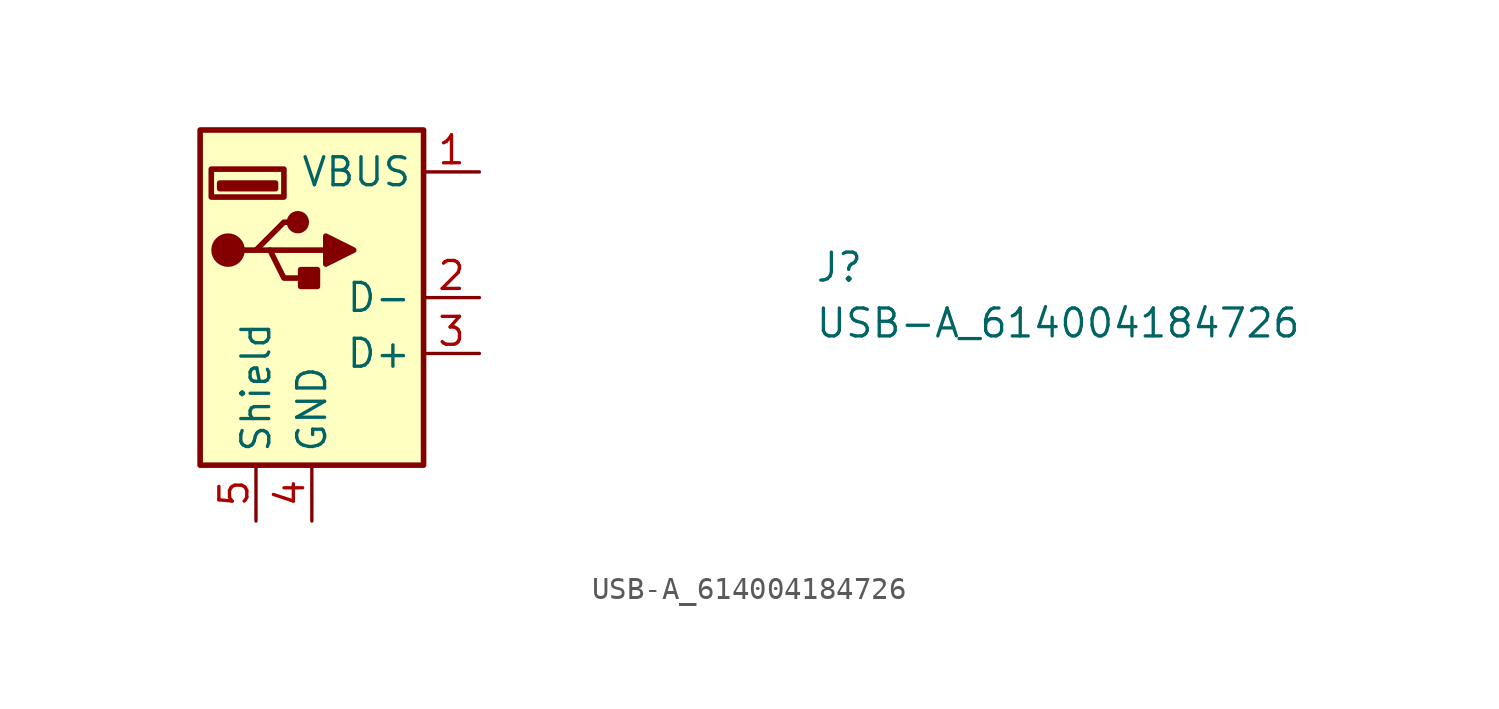
<source format=kicad_sym>
(kicad_symbol_lib
  (version 20211014)
  (generator kicad_symbol_editor)
  (symbol "USB-A_614004184726"
    (property "Reference" "J"
      (at 15.24 -5.08 0)
      (effects (font (size 1.27 1.27) (thickness 0.15)) (justify left bottom)))
    (property "Value" "USB-A_614004184726"
      (at 15.24 -7.62 0)
      (effects (font (size 1.27 1.27) (thickness 0.15)) (justify left bottom)))
    (symbol "USB-A_614004184726_1_1"
      (rectangle (start -12.7 -13.335) (end -2.54 1.905) (stroke (width 0.254) (type default) (color 0 0 0 0)) (fill (type background)))
      (rectangle (start -11.811 -0.508) (end -9.271 -0.762) (stroke (width 0.254) (type default) (color 0 0 0 0)) (fill (type background)))
      (circle (center -11.43 -3.556) (radius 0.635) (stroke (width 0.254) (type default) (color 0 0 0 0)) (fill (type outline)))
      (rectangle (start -8.89 -1.143) (end -12.192 0.127) (stroke (width 0.254) (type default) (color 0 0 0 0)) (fill (type background)))
      (circle (center -8.255 -2.286) (radius 0.381) (stroke (width 0.254) (type default) (color 0 0 0 0)) (fill (type outline)))
      (rectangle (start -7.366 -4.445) (end -8.128 -5.207) (stroke (width 0.254) (type default) (color 0 0 0 0)) (fill (type outline)))
      (polyline (pts (xy -9.525 -3.556) (xy -6.985 -3.556)) (stroke (width 0.254) (type default) (color 0 0 0 0)) (fill (type background)))
      (polyline (pts (xy -10.795 -3.556) (xy -10.16 -3.556) (xy -8.89 -2.286) (xy -8.255 -2.286)) (stroke (width 0.254) (type default) (color 0 0 0 0)) (fill (type background)))
      (polyline (pts (xy -10.16 -3.556) (xy -9.525 -3.556) (xy -8.89 -4.826) (xy -7.62 -4.826)) (stroke (width 0.254) (type default) (color 0 0 0 0)) (fill (type background)))
      (polyline (pts (xy -6.985 -2.921) (xy -6.985 -4.191) (xy -5.715 -3.556) (xy -6.985 -2.921)) (stroke (width 0.254) (type default) (color 0 0 0 0)) (fill (type outline)))
      (pin power_in line (at 0 0 180) (length 2.54) (name "VBUS" (effects (font (size 1.27 1.27)))) (number "1" (effects (font (size 1.27 1.27)))))
      (pin bidirectional line (at 0 -5.715 180) (length 2.54) (name "D-" (effects (font (size 1.27 1.27)))) (number "2" (effects (font (size 1.27 1.27)))))
      (pin bidirectional line (at 0 -8.255 180) (length 2.54) (name "D+" (effects (font (size 1.27 1.27)))) (number "3" (effects (font (size 1.27 1.27)))))
      (pin power_in line (at -7.62 -15.875 90) (length 2.54) (name "GND" (effects (font (size 1.27 1.27)))) (number "4" (effects (font (size 1.27 1.27)))))
      (pin passive line (at -10.16 -15.875 90) (length 2.54) (name "Shield" (effects (font (size 1.27 1.27)))) (number "5" (effects (font (size 1.27 1.27))))))))
</source>
